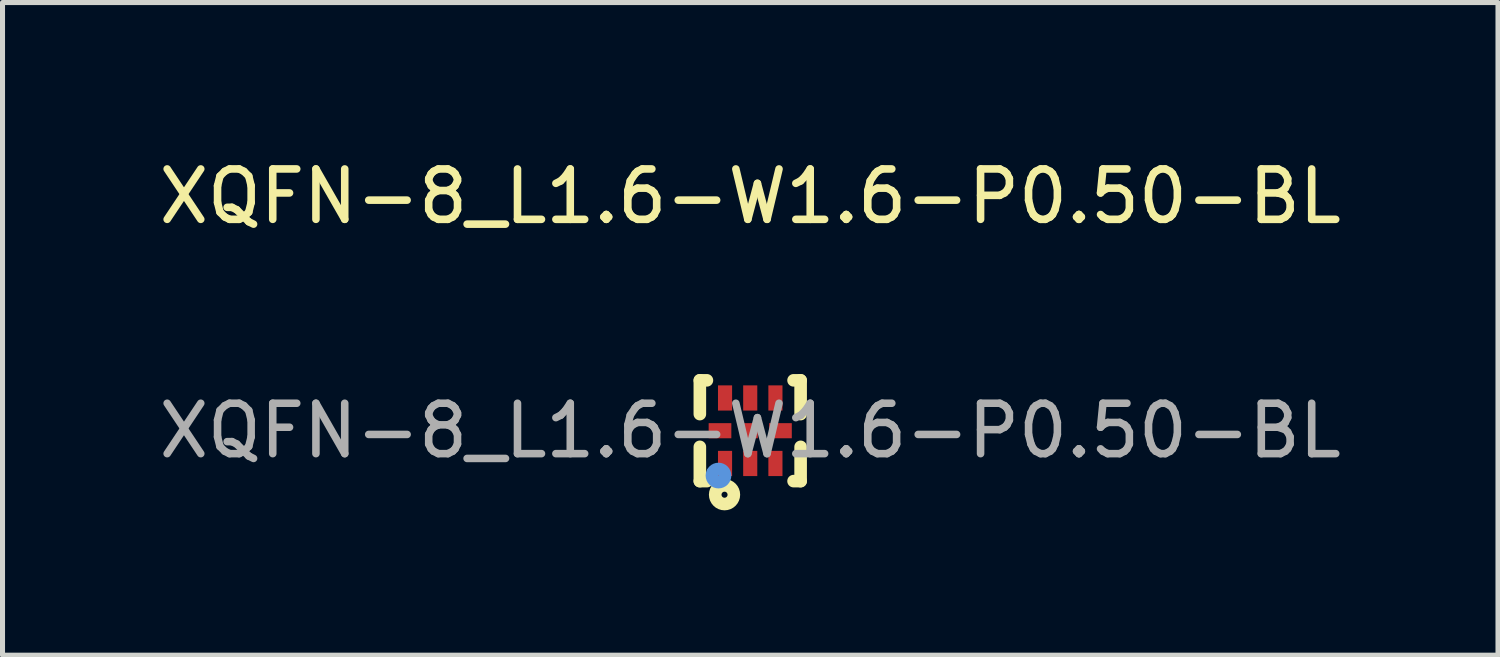
<source format=kicad_pcb>
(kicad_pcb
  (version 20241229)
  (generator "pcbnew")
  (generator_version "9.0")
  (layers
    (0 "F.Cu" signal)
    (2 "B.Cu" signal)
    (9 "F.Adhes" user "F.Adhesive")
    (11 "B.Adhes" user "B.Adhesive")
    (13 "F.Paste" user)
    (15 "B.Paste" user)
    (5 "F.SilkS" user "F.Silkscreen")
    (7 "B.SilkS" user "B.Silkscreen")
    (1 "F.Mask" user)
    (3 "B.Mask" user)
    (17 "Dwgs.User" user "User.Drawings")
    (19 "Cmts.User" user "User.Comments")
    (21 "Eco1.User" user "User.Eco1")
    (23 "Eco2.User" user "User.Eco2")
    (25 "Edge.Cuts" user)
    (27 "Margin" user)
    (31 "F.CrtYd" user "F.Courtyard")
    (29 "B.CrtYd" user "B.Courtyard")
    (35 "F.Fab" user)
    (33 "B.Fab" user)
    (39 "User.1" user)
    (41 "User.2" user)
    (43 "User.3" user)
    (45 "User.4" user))
  (footprint "XQFN-8_L1.6-W1.6-P0.50-BL"
    (layer "F.Cu")
    (at 11.839 5.498)
    (property "Reference" "XQFN-8_L1.6-W1.6-P0.50-BL" (at 0 -4.65 0) (layer "F.SilkS") (effects (font (size 1 1) (thickness 0.15))))
    (attr smd)
    (fp_line (start -1 -1) (end -0.86 -1) (stroke (width 0.25) (type solid)) (layer "F.SilkS"))
    (fp_line (start -1 -0.33) (end -1 -1) (stroke (width 0.25) (type solid)) (layer "F.SilkS"))
    (fp_line (start -1 1) (end -1 0.32) (stroke (width 0.25) (type solid)) (layer "F.SilkS"))
    (fp_line (start -0.86 1) (end -1 1) (stroke (width 0.25) (type solid)) (layer "F.SilkS"))
    (fp_line (start 0.86 -1) (end 1 -1) (stroke (width 0.25) (type solid)) (layer "F.SilkS"))
    (fp_line (start 1 -1) (end 1 -0.33) (stroke (width 0.25) (type solid)) (layer "F.SilkS"))
    (fp_line (start 1 0.32) (end 1 1) (stroke (width 0.25) (type solid)) (layer "F.SilkS"))
    (fp_line (start 1 1) (end 0.86 1) (stroke (width 0.25) (type solid)) (layer "F.SilkS"))
    (fp_circle (center -0.51 1.27) (end -0.45 1.27) (stroke (width 0.25) (type solid)) (fill no) (layer "F.SilkS"))
    (fp_circle (center -0.63 0.89) (end -0.5 0.89) (stroke (width 0.25) (type solid)) (fill no) (layer "Cmts.User"))
    (fp_circle (center -0.8 0.8) (end -0.77 0.8) (stroke (width 0.06) (type solid)) (fill no) (layer "F.Fab"))
    (fp_text user "${REFERENCE}" (at 0 0 0) (layer "F.Fab") (effects (font (size 1 1) (thickness 0.15))))
    (pad "1" smd rect (at -0.5 0.65 90) (size 0.5 0.28) (layers "F.Cu" "F.Mask" "F.Paste"))
    (pad "2" smd rect (at 0 0.65 90) (size 0.5 0.28) (layers "F.Cu" "F.Mask" "F.Paste"))
    (pad "3" smd rect (at 0.5 0.65 90) (size 0.5 0.28) (layers "F.Cu" "F.Mask" "F.Paste"))
    (pad "4" smd rect (at 0.6 0 180) (size 0.45 0.3) (layers "F.Cu" "F.Mask" "F.Paste"))
    (pad "5" smd rect (at 0.5 -0.65 90) (size 0.5 0.28) (layers "F.Cu" "F.Mask" "F.Paste"))
    (pad "6" smd rect (at 0 -0.65 90) (size 0.5 0.28) (layers "F.Cu" "F.Mask" "F.Paste"))
    (pad "7" smd rect (at -0.5 -0.65 90) (size 0.5 0.28) (layers "F.Cu" "F.Mask" "F.Paste"))
    (pad "8" smd rect (at -0.6 0 180) (size 0.45 0.3) (layers "F.Cu" "F.Mask" "F.Paste"))
    (pad "9" smd rect (at 0 0 180) (size 0.3 0.3) (layers "F.Cu" "F.Mask" "F.Paste")))
  (gr_rect
    (start -3 -3)
    (end 26.679 9.953)
    (stroke (width 0.1) (type default))
    (fill no)
    (layer "Edge.Cuts")))
</source>
